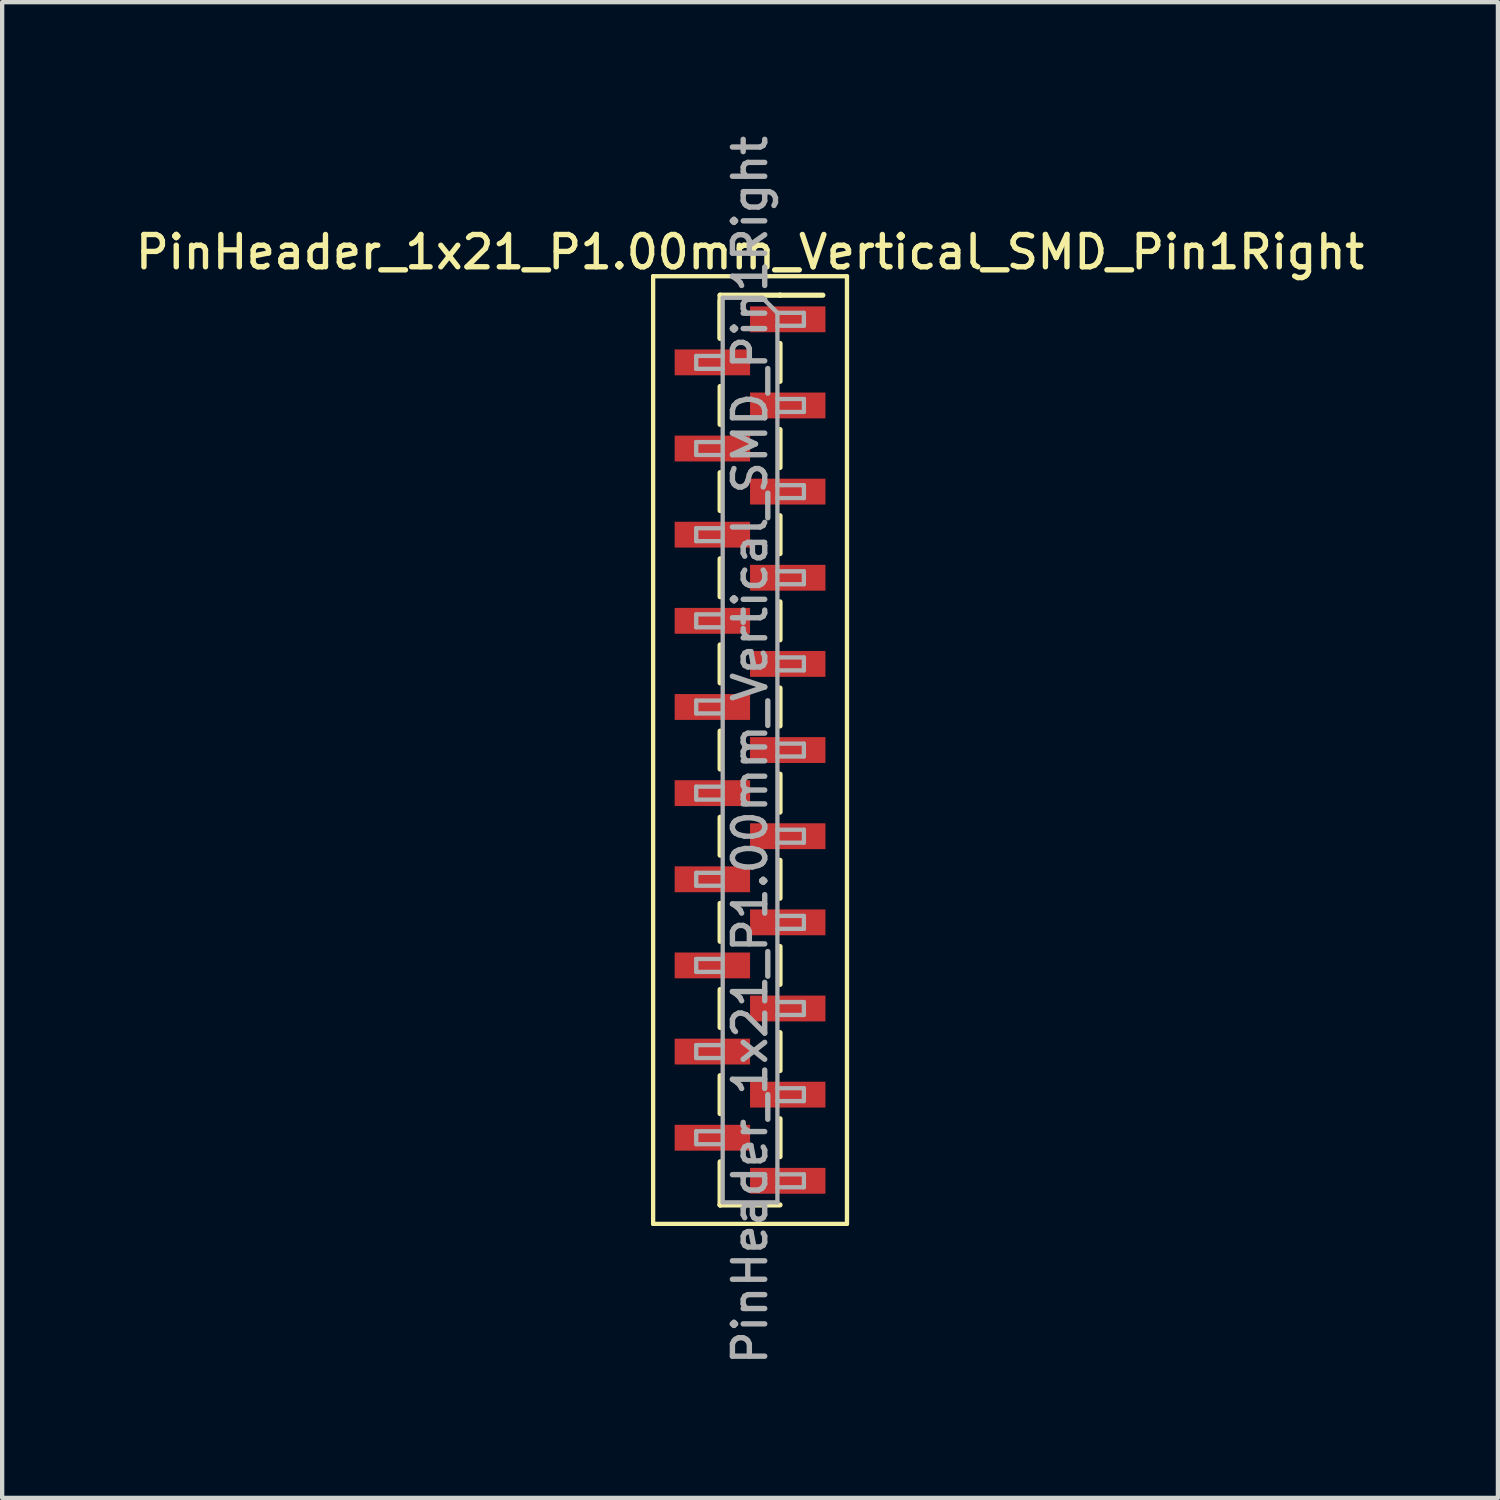
<source format=kicad_pcb>
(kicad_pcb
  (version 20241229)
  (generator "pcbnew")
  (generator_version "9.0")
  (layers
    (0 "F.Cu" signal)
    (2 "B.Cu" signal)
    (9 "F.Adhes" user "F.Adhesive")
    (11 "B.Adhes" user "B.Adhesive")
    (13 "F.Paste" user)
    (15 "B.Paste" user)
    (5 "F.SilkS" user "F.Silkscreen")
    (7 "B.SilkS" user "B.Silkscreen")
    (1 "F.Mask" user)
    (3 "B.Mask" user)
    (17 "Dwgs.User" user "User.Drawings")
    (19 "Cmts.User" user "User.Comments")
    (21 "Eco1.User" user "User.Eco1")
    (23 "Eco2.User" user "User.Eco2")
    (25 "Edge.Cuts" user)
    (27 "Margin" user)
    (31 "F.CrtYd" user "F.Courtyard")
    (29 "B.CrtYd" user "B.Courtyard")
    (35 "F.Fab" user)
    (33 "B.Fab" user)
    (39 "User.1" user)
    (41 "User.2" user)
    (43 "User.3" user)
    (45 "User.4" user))
  (footprint "PinHeader_1x21_P1.00mm_Vertical_SMD_Pin1Right"
    (layer "F.Cu")
    (at 14.363 14.363)
    (property "Reference" "PinHeader_1x21_P1.00mm_Vertical_SMD_Pin1Right" (at 0 -11.56 0) (layer "F.SilkS") (effects (font (size 0.75 0.75) (thickness 0.125))))
    (attr smd)
    (fp_line (start -2.25 -11) (end -2.25 11) (stroke (width 0.1) (type solid)) (layer "F.SilkS"))
    (fp_line (start -2.25 11) (end 2.25 11) (stroke (width 0.1) (type solid)) (layer "F.SilkS"))
    (fp_line (start -0.695 -10.56) (end -0.695 -9.56) (stroke (width 0.12) (type solid)) (layer "F.SilkS"))
    (fp_line (start -0.695 -10.56) (end 0.695 -10.56) (stroke (width 0.12) (type solid)) (layer "F.SilkS"))
    (fp_line (start -0.695 -10.44) (end -0.695 -9.56) (stroke (width 0.12) (type solid)) (layer "F.SilkS"))
    (fp_line (start -0.695 -8.44) (end -0.695 -7.56) (stroke (width 0.12) (type solid)) (layer "F.SilkS"))
    (fp_line (start -0.695 -6.44) (end -0.695 -5.56) (stroke (width 0.12) (type solid)) (layer "F.SilkS"))
    (fp_line (start -0.695 -4.44) (end -0.695 -3.56) (stroke (width 0.12) (type solid)) (layer "F.SilkS"))
    (fp_line (start -0.695 -2.44) (end -0.695 -1.56) (stroke (width 0.12) (type solid)) (layer "F.SilkS"))
    (fp_line (start -0.695 -0.44) (end -0.695 0.44) (stroke (width 0.12) (type solid)) (layer "F.SilkS"))
    (fp_line (start -0.695 1.56) (end -0.695 2.44) (stroke (width 0.12) (type solid)) (layer "F.SilkS"))
    (fp_line (start -0.695 3.56) (end -0.695 4.44) (stroke (width 0.12) (type solid)) (layer "F.SilkS"))
    (fp_line (start -0.695 5.56) (end -0.695 6.44) (stroke (width 0.12) (type solid)) (layer "F.SilkS"))
    (fp_line (start -0.695 7.56) (end -0.695 8.44) (stroke (width 0.12) (type solid)) (layer "F.SilkS"))
    (fp_line (start -0.695 9.56) (end -0.695 10.56) (stroke (width 0.12) (type solid)) (layer "F.SilkS"))
    (fp_line (start -0.695 10.56) (end -0.695 10.56) (stroke (width 0.12) (type solid)) (layer "F.SilkS"))
    (fp_line (start -0.695 10.56) (end 0.695 10.56) (stroke (width 0.12) (type solid)) (layer "F.SilkS"))
    (fp_line (start 0.695 -10.56) (end 0.695 -10.56) (stroke (width 0.12) (type solid)) (layer "F.SilkS"))
    (fp_line (start 0.695 -10.56) (end 1.69 -10.56) (stroke (width 0.12) (type solid)) (layer "F.SilkS"))
    (fp_line (start 0.695 -9.44) (end 0.695 -8.56) (stroke (width 0.12) (type solid)) (layer "F.SilkS"))
    (fp_line (start 0.695 -7.44) (end 0.695 -6.56) (stroke (width 0.12) (type solid)) (layer "F.SilkS"))
    (fp_line (start 0.695 -5.44) (end 0.695 -4.56) (stroke (width 0.12) (type solid)) (layer "F.SilkS"))
    (fp_line (start 0.695 -3.44) (end 0.695 -2.56) (stroke (width 0.12) (type solid)) (layer "F.SilkS"))
    (fp_line (start 0.695 -1.44) (end 0.695 -0.56) (stroke (width 0.12) (type solid)) (layer "F.SilkS"))
    (fp_line (start 0.695 0.56) (end 0.695 1.44) (stroke (width 0.12) (type solid)) (layer "F.SilkS"))
    (fp_line (start 0.695 2.56) (end 0.695 3.44) (stroke (width 0.12) (type solid)) (layer "F.SilkS"))
    (fp_line (start 0.695 4.56) (end 0.695 5.44) (stroke (width 0.12) (type solid)) (layer "F.SilkS"))
    (fp_line (start 0.695 6.56) (end 0.695 7.44) (stroke (width 0.12) (type solid)) (layer "F.SilkS"))
    (fp_line (start 0.695 8.56) (end 0.695 9.44) (stroke (width 0.12) (type solid)) (layer "F.SilkS"))
    (fp_line (start 2.25 -11) (end -2.25 -11) (stroke (width 0.1) (type solid)) (layer "F.SilkS"))
    (fp_line (start 2.25 11) (end 2.25 -11) (stroke (width 0.1) (type solid)) (layer "F.SilkS"))
    (fp_line (start -1.25 -9.15) (end -1.25 -8.85) (stroke (width 0.1) (type solid)) (layer "F.Fab"))
    (fp_line (start -1.25 -8.85) (end -0.635 -8.85) (stroke (width 0.1) (type solid)) (layer "F.Fab"))
    (fp_line (start -1.25 -7.15) (end -1.25 -6.85) (stroke (width 0.1) (type solid)) (layer "F.Fab"))
    (fp_line (start -1.25 -6.85) (end -0.635 -6.85) (stroke (width 0.1) (type solid)) (layer "F.Fab"))
    (fp_line (start -1.25 -5.15) (end -1.25 -4.85) (stroke (width 0.1) (type solid)) (layer "F.Fab"))
    (fp_line (start -1.25 -4.85) (end -0.635 -4.85) (stroke (width 0.1) (type solid)) (layer "F.Fab"))
    (fp_line (start -1.25 -3.15) (end -1.25 -2.85) (stroke (width 0.1) (type solid)) (layer "F.Fab"))
    (fp_line (start -1.25 -2.85) (end -0.635 -2.85) (stroke (width 0.1) (type solid)) (layer "F.Fab"))
    (fp_line (start -1.25 -1.15) (end -1.25 -0.85) (stroke (width 0.1) (type solid)) (layer "F.Fab"))
    (fp_line (start -1.25 -0.85) (end -0.635 -0.85) (stroke (width 0.1) (type solid)) (layer "F.Fab"))
    (fp_line (start -1.25 0.85) (end -1.25 1.15) (stroke (width 0.1) (type solid)) (layer "F.Fab"))
    (fp_line (start -1.25 1.15) (end -0.635 1.15) (stroke (width 0.1) (type solid)) (layer "F.Fab"))
    (fp_line (start -1.25 2.85) (end -1.25 3.15) (stroke (width 0.1) (type solid)) (layer "F.Fab"))
    (fp_line (start -1.25 3.15) (end -0.635 3.15) (stroke (width 0.1) (type solid)) (layer "F.Fab"))
    (fp_line (start -1.25 4.85) (end -1.25 5.15) (stroke (width 0.1) (type solid)) (layer "F.Fab"))
    (fp_line (start -1.25 5.15) (end -0.635 5.15) (stroke (width 0.1) (type solid)) (layer "F.Fab"))
    (fp_line (start -1.25 6.85) (end -1.25 7.15) (stroke (width 0.1) (type solid)) (layer "F.Fab"))
    (fp_line (start -1.25 7.15) (end -0.635 7.15) (stroke (width 0.1) (type solid)) (layer "F.Fab"))
    (fp_line (start -1.25 8.85) (end -1.25 9.15) (stroke (width 0.1) (type solid)) (layer "F.Fab"))
    (fp_line (start -1.25 9.15) (end -0.635 9.15) (stroke (width 0.1) (type solid)) (layer "F.Fab"))
    (fp_line (start -0.635 -10.5) (end -0.635 10.5) (stroke (width 0.1) (type solid)) (layer "F.Fab"))
    (fp_line (start -0.635 -10.5) (end 0.285 -10.5) (stroke (width 0.1) (type solid)) (layer "F.Fab"))
    (fp_line (start -0.635 -9.15) (end -1.25 -9.15) (stroke (width 0.1) (type solid)) (layer "F.Fab"))
    (fp_line (start -0.635 -7.15) (end -1.25 -7.15) (stroke (width 0.1) (type solid)) (layer "F.Fab"))
    (fp_line (start -0.635 -5.15) (end -1.25 -5.15) (stroke (width 0.1) (type solid)) (layer "F.Fab"))
    (fp_line (start -0.635 -3.15) (end -1.25 -3.15) (stroke (width 0.1) (type solid)) (layer "F.Fab"))
    (fp_line (start -0.635 -1.15) (end -1.25 -1.15) (stroke (width 0.1) (type solid)) (layer "F.Fab"))
    (fp_line (start -0.635 0.85) (end -1.25 0.85) (stroke (width 0.1) (type solid)) (layer "F.Fab"))
    (fp_line (start -0.635 2.85) (end -1.25 2.85) (stroke (width 0.1) (type solid)) (layer "F.Fab"))
    (fp_line (start -0.635 4.85) (end -1.25 4.85) (stroke (width 0.1) (type solid)) (layer "F.Fab"))
    (fp_line (start -0.635 6.85) (end -1.25 6.85) (stroke (width 0.1) (type solid)) (layer "F.Fab"))
    (fp_line (start -0.635 8.85) (end -1.25 8.85) (stroke (width 0.1) (type solid)) (layer "F.Fab"))
    (fp_line (start 0.635 -10.15) (end 0.285 -10.5) (stroke (width 0.1) (type solid)) (layer "F.Fab"))
    (fp_line (start 0.635 -10.15) (end 1.25 -10.15) (stroke (width 0.1) (type solid)) (layer "F.Fab"))
    (fp_line (start 0.635 -8.15) (end 1.25 -8.15) (stroke (width 0.1) (type solid)) (layer "F.Fab"))
    (fp_line (start 0.635 -6.15) (end 1.25 -6.15) (stroke (width 0.1) (type solid)) (layer "F.Fab"))
    (fp_line (start 0.635 -4.15) (end 1.25 -4.15) (stroke (width 0.1) (type solid)) (layer "F.Fab"))
    (fp_line (start 0.635 -2.15) (end 1.25 -2.15) (stroke (width 0.1) (type solid)) (layer "F.Fab"))
    (fp_line (start 0.635 -0.15) (end 1.25 -0.15) (stroke (width 0.1) (type solid)) (layer "F.Fab"))
    (fp_line (start 0.635 1.85) (end 1.25 1.85) (stroke (width 0.1) (type solid)) (layer "F.Fab"))
    (fp_line (start 0.635 3.85) (end 1.25 3.85) (stroke (width 0.1) (type solid)) (layer "F.Fab"))
    (fp_line (start 0.635 5.85) (end 1.25 5.85) (stroke (width 0.1) (type solid)) (layer "F.Fab"))
    (fp_line (start 0.635 7.85) (end 1.25 7.85) (stroke (width 0.1) (type solid)) (layer "F.Fab"))
    (fp_line (start 0.635 9.85) (end 1.25 9.85) (stroke (width 0.1) (type solid)) (layer "F.Fab"))
    (fp_line (start 0.635 10.5) (end -0.635 10.5) (stroke (width 0.1) (type solid)) (layer "F.Fab"))
    (fp_line (start 0.635 10.5) (end 0.635 -10.15) (stroke (width 0.1) (type solid)) (layer "F.Fab"))
    (fp_line (start 1.25 -10.15) (end 1.25 -9.85) (stroke (width 0.1) (type solid)) (layer "F.Fab"))
    (fp_line (start 1.25 -9.85) (end 0.635 -9.85) (stroke (width 0.1) (type solid)) (layer "F.Fab"))
    (fp_line (start 1.25 -8.15) (end 1.25 -7.85) (stroke (width 0.1) (type solid)) (layer "F.Fab"))
    (fp_line (start 1.25 -7.85) (end 0.635 -7.85) (stroke (width 0.1) (type solid)) (layer "F.Fab"))
    (fp_line (start 1.25 -6.15) (end 1.25 -5.85) (stroke (width 0.1) (type solid)) (layer "F.Fab"))
    (fp_line (start 1.25 -5.85) (end 0.635 -5.85) (stroke (width 0.1) (type solid)) (layer "F.Fab"))
    (fp_line (start 1.25 -4.15) (end 1.25 -3.85) (stroke (width 0.1) (type solid)) (layer "F.Fab"))
    (fp_line (start 1.25 -3.85) (end 0.635 -3.85) (stroke (width 0.1) (type solid)) (layer "F.Fab"))
    (fp_line (start 1.25 -2.15) (end 1.25 -1.85) (stroke (width 0.1) (type solid)) (layer "F.Fab"))
    (fp_line (start 1.25 -1.85) (end 0.635 -1.85) (stroke (width 0.1) (type solid)) (layer "F.Fab"))
    (fp_line (start 1.25 -0.15) (end 1.25 0.15) (stroke (width 0.1) (type solid)) (layer "F.Fab"))
    (fp_line (start 1.25 0.15) (end 0.635 0.15) (stroke (width 0.1) (type solid)) (layer "F.Fab"))
    (fp_line (start 1.25 1.85) (end 1.25 2.15) (stroke (width 0.1) (type solid)) (layer "F.Fab"))
    (fp_line (start 1.25 2.15) (end 0.635 2.15) (stroke (width 0.1) (type solid)) (layer "F.Fab"))
    (fp_line (start 1.25 3.85) (end 1.25 4.15) (stroke (width 0.1) (type solid)) (layer "F.Fab"))
    (fp_line (start 1.25 4.15) (end 0.635 4.15) (stroke (width 0.1) (type solid)) (layer "F.Fab"))
    (fp_line (start 1.25 5.85) (end 1.25 6.15) (stroke (width 0.1) (type solid)) (layer "F.Fab"))
    (fp_line (start 1.25 6.15) (end 0.635 6.15) (stroke (width 0.1) (type solid)) (layer "F.Fab"))
    (fp_line (start 1.25 7.85) (end 1.25 8.15) (stroke (width 0.1) (type solid)) (layer "F.Fab"))
    (fp_line (start 1.25 8.15) (end 0.635 8.15) (stroke (width 0.1) (type solid)) (layer "F.Fab"))
    (fp_line (start 1.25 9.85) (end 1.25 10.15) (stroke (width 0.1) (type solid)) (layer "F.Fab"))
    (fp_line (start 1.25 10.15) (end 0.635 10.15) (stroke (width 0.1) (type solid)) (layer "F.Fab"))
    (fp_text user "${REFERENCE}" (at 0 0 90) (layer "F.Fab") (effects (font (size 0.75 0.75) (thickness 0.125))))
    (pad "1" smd rect (at 0.875 -10) (size 1.75 0.6) (layers "F.Cu" "F.Mask" "F.Paste"))
    (pad "2" smd rect (at -0.875 -9) (size 1.75 0.6) (layers "F.Cu" "F.Mask" "F.Paste"))
    (pad "3" smd rect (at 0.875 -8) (size 1.75 0.6) (layers "F.Cu" "F.Mask" "F.Paste"))
    (pad "4" smd rect (at -0.875 -7) (size 1.75 0.6) (layers "F.Cu" "F.Mask" "F.Paste"))
    (pad "5" smd rect (at 0.875 -6) (size 1.75 0.6) (layers "F.Cu" "F.Mask" "F.Paste"))
    (pad "6" smd rect (at -0.875 -5) (size 1.75 0.6) (layers "F.Cu" "F.Mask" "F.Paste"))
    (pad "7" smd rect (at 0.875 -4) (size 1.75 0.6) (layers "F.Cu" "F.Mask" "F.Paste"))
    (pad "8" smd rect (at -0.875 -3) (size 1.75 0.6) (layers "F.Cu" "F.Mask" "F.Paste"))
    (pad "9" smd rect (at 0.875 -2) (size 1.75 0.6) (layers "F.Cu" "F.Mask" "F.Paste"))
    (pad "10" smd rect (at -0.875 -1) (size 1.75 0.6) (layers "F.Cu" "F.Mask" "F.Paste"))
    (pad "11" smd rect (at 0.875 0) (size 1.75 0.6) (layers "F.Cu" "F.Mask" "F.Paste"))
    (pad "12" smd rect (at -0.875 1) (size 1.75 0.6) (layers "F.Cu" "F.Mask" "F.Paste"))
    (pad "13" smd rect (at 0.875 2) (size 1.75 0.6) (layers "F.Cu" "F.Mask" "F.Paste"))
    (pad "14" smd rect (at -0.875 3) (size 1.75 0.6) (layers "F.Cu" "F.Mask" "F.Paste"))
    (pad "15" smd rect (at 0.875 4) (size 1.75 0.6) (layers "F.Cu" "F.Mask" "F.Paste"))
    (pad "16" smd rect (at -0.875 5) (size 1.75 0.6) (layers "F.Cu" "F.Mask" "F.Paste"))
    (pad "17" smd rect (at 0.875 6) (size 1.75 0.6) (layers "F.Cu" "F.Mask" "F.Paste"))
    (pad "18" smd rect (at -0.875 7) (size 1.75 0.6) (layers "F.Cu" "F.Mask" "F.Paste"))
    (pad "19" smd rect (at 0.875 8) (size 1.75 0.6) (layers "F.Cu" "F.Mask" "F.Paste"))
    (pad "20" smd rect (at -0.875 9) (size 1.75 0.6) (layers "F.Cu" "F.Mask" "F.Paste"))
    (pad "21" smd rect (at 0.875 10) (size 1.75 0.6) (layers "F.Cu" "F.Mask" "F.Paste")))
  (gr_rect
    (start -3 -3)
    (end 31.725 31.725)
    (stroke (width 0.1) (type default))
    (fill no)
    (layer "Edge.Cuts")))
</source>
